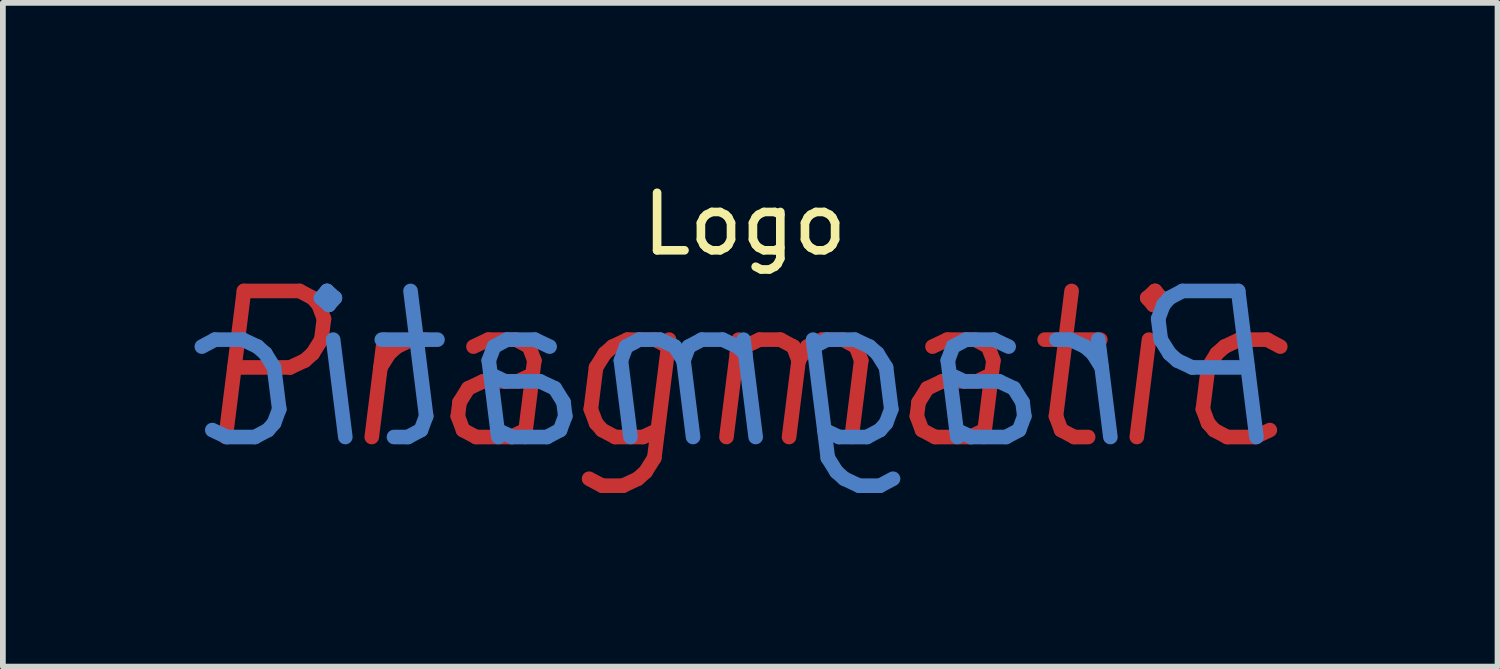
<source format=kicad_pcb>
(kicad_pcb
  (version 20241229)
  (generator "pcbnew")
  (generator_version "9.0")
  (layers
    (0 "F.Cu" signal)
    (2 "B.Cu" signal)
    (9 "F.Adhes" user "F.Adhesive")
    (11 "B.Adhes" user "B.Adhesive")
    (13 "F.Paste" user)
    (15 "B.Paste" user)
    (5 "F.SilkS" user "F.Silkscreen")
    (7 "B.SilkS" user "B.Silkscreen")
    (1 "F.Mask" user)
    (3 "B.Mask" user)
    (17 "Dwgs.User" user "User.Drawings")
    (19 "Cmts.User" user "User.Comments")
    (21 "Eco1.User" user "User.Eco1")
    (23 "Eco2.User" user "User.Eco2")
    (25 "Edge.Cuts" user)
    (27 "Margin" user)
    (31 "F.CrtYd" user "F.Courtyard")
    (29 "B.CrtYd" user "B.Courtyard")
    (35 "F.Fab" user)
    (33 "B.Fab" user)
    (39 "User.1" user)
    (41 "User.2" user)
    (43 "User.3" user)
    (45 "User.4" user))
  (footprint "Logo"
    (layer "F.Cu")
    (at 9.901 3.388)
    (property "Reference" "Logo" (at 0 -2.54 0) (layer "F.SilkS") (effects (font (size 1 1) (thickness 0.15))))
    (attr through_hole)
    (fp_text user "Pragmatic" (at 0 0 0) (layer "F.Cu") (effects (font (size 2.54 2.54) (thickness 0.254) (italic yes))))
    (fp_text user "Pragmatic" (at 0 0 0) (layer "F.Mask") (effects (font (size 2.54 2.54) (thickness 0.381) (italic yes))))
    (fp_text user "Pragmatic" (at -0.127 0 0) (layer "B.Cu") (effects (font (size 2.54 2.54) (thickness 0.254) (italic yes)) (justify mirror)))
    (fp_text user "Pragmatic" (at -0.127 0 0) (layer "B.Mask") (effects (font (size 2.54 2.54) (thickness 0.381) (italic yes)) (justify mirror))))
  (gr_rect
    (start -3 -3)
    (end 22.993 8.543)
    (stroke (width 0.1) (type default))
    (fill no)
    (layer "Edge.Cuts")))
</source>
